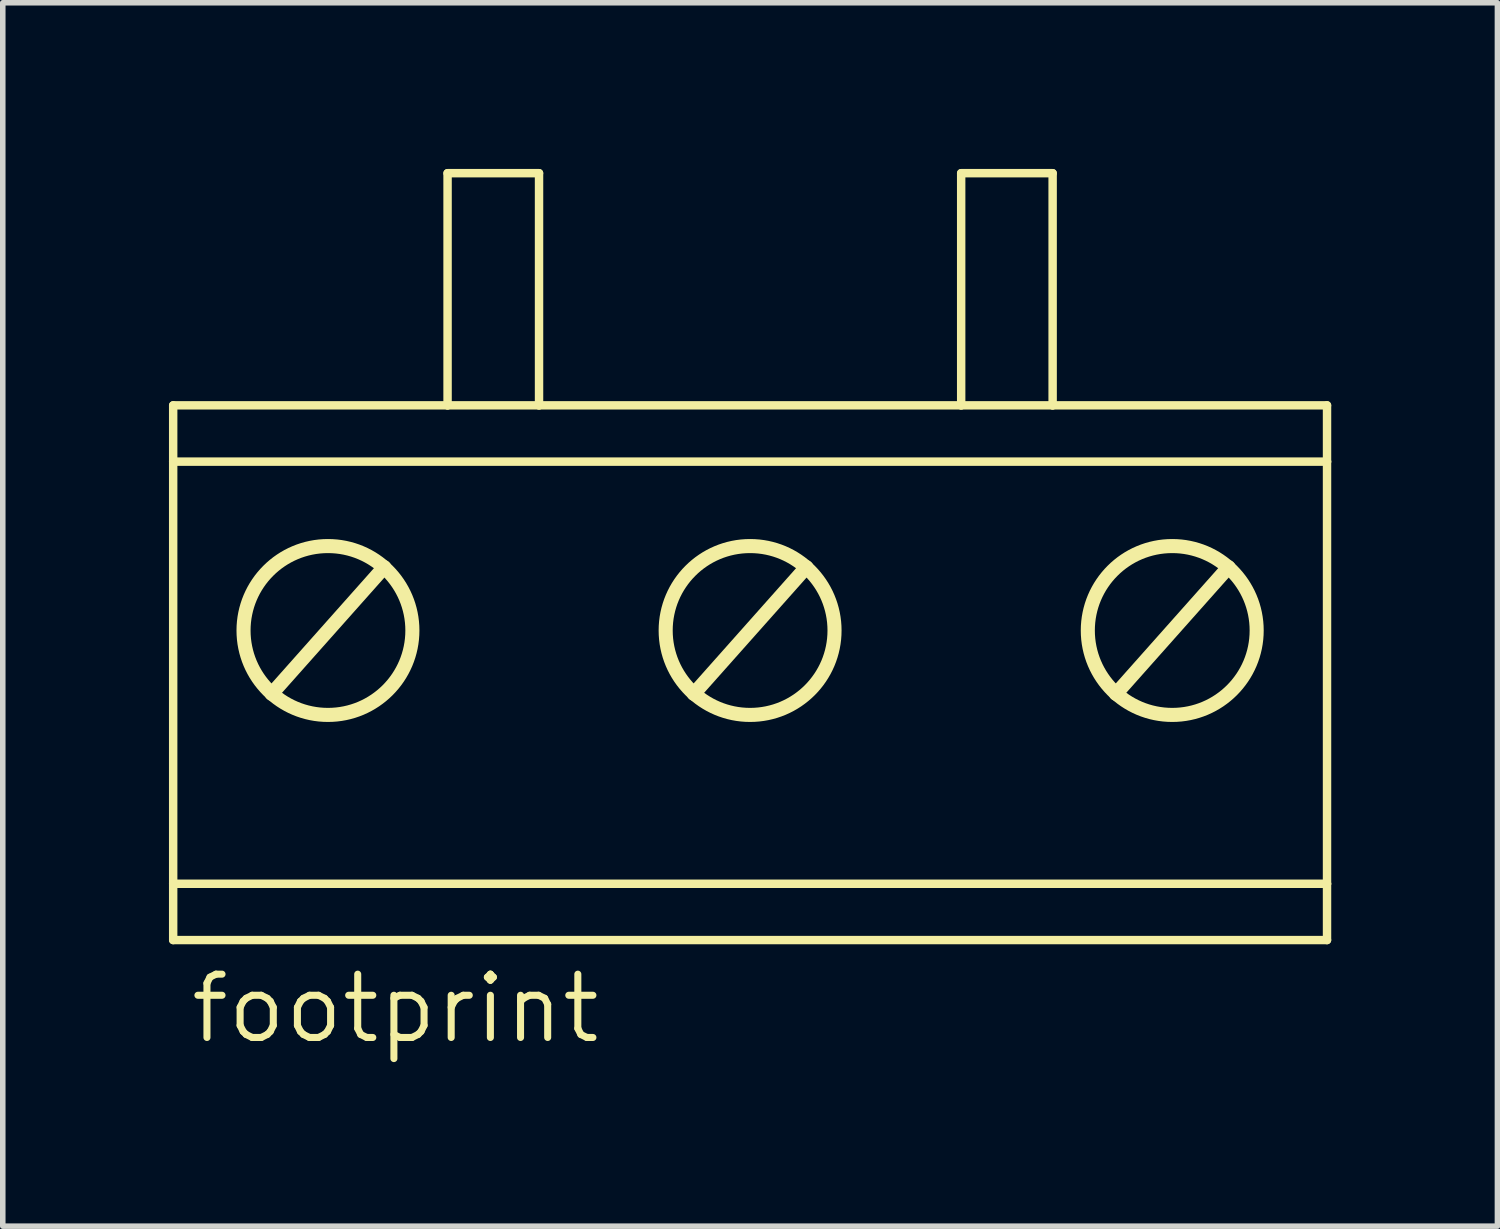
<source format=kicad_pcb>
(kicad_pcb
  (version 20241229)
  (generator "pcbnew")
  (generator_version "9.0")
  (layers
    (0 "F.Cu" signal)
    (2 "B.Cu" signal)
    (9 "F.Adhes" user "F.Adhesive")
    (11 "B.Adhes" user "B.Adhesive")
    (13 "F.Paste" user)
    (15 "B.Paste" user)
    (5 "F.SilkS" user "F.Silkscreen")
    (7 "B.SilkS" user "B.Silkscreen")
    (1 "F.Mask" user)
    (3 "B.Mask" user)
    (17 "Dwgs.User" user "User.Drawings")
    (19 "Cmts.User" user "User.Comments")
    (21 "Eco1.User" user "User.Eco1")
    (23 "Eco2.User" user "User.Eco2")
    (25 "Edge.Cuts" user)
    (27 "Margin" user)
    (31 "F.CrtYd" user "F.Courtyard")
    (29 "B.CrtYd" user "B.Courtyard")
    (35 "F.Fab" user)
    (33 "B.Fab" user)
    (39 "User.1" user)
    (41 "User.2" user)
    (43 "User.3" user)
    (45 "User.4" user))
  (footprint "footprint"
    (layer "F.Cu")
    (at 10.49 6.934)
    (property "Reference" "footprint" (at -10.16 8.89 0) (layer "F.SilkS") (effects (font (size 1.143 1.143) (thickness 0.127)) (justify left bottom)))
    (fp_line (start -10.414 -2.667) (end -10.414 -1.651) (stroke (width 0.152) (type solid)) (layer "F.SilkS"))
    (fp_line (start -10.414 -2.667) (end -5.461 -2.667) (stroke (width 0.152) (type solid)) (layer "F.SilkS"))
    (fp_line (start -10.414 -1.651) (end -10.414 5.969) (stroke (width 0.152) (type solid)) (layer "F.SilkS"))
    (fp_line (start -10.414 -1.651) (end 10.414 -1.651) (stroke (width 0.152) (type solid)) (layer "F.SilkS"))
    (fp_line (start -10.414 5.969) (end -10.414 6.985) (stroke (width 0.152) (type solid)) (layer "F.SilkS"))
    (fp_line (start -10.414 5.969) (end 10.414 5.969) (stroke (width 0.152) (type solid)) (layer "F.SilkS"))
    (fp_line (start -10.414 6.985) (end 10.414 6.985) (stroke (width 0.152) (type solid)) (layer "F.SilkS"))
    (fp_line (start -8.636 2.54) (end -6.604 0.254) (stroke (width 0.254) (type solid)) (layer "F.SilkS"))
    (fp_line (start -5.461 -6.858) (end -5.461 -2.667) (stroke (width 0.152) (type solid)) (layer "F.SilkS"))
    (fp_line (start -5.461 -2.667) (end -3.81 -2.667) (stroke (width 0.152) (type solid)) (layer "F.SilkS"))
    (fp_line (start -3.81 -6.858) (end -5.461 -6.858) (stroke (width 0.152) (type solid)) (layer "F.SilkS"))
    (fp_line (start -3.81 -2.667) (end -3.81 -6.858) (stroke (width 0.152) (type solid)) (layer "F.SilkS"))
    (fp_line (start -3.81 -2.667) (end 3.81 -2.667) (stroke (width 0.152) (type solid)) (layer "F.SilkS"))
    (fp_line (start -1.016 2.54) (end 1.016 0.254) (stroke (width 0.254) (type solid)) (layer "F.SilkS"))
    (fp_line (start 3.81 -2.667) (end 3.81 -6.858) (stroke (width 0.152) (type solid)) (layer "F.SilkS"))
    (fp_line (start 3.81 -2.667) (end 5.461 -2.667) (stroke (width 0.152) (type solid)) (layer "F.SilkS"))
    (fp_line (start 5.461 -6.858) (end 3.81 -6.858) (stroke (width 0.152) (type solid)) (layer "F.SilkS"))
    (fp_line (start 5.461 -6.858) (end 5.461 -2.667) (stroke (width 0.152) (type solid)) (layer "F.SilkS"))
    (fp_line (start 5.461 -2.667) (end 10.414 -2.667) (stroke (width 0.152) (type solid)) (layer "F.SilkS"))
    (fp_line (start 6.604 2.54) (end 8.636 0.254) (stroke (width 0.254) (type solid)) (layer "F.SilkS"))
    (fp_line (start 10.414 -2.667) (end 10.414 -1.651) (stroke (width 0.152) (type solid)) (layer "F.SilkS"))
    (fp_line (start 10.414 -1.651) (end 10.414 5.969) (stroke (width 0.152) (type solid)) (layer "F.SilkS"))
    (fp_line (start 10.414 5.969) (end 10.414 6.985) (stroke (width 0.152) (type solid)) (layer "F.SilkS"))
    (fp_circle (center -7.62 1.397) (end -6.096 1.397) (stroke (width 0.254) (type solid)) (fill no) (layer "F.SilkS"))
    (fp_circle (center 0 1.397) (end 1.524 1.397) (stroke (width 0.254) (type solid)) (fill no) (layer "F.SilkS"))
    (fp_circle (center 7.62 1.397) (end 9.144 1.397) (stroke (width 0.254) (type solid)) (fill no) (layer "F.SilkS")))
  (gr_rect
    (start -3 -3)
    (end 23.98 19.083)
    (stroke (width 0.1) (type default))
    (fill no)
    (layer "Edge.Cuts")))
</source>
